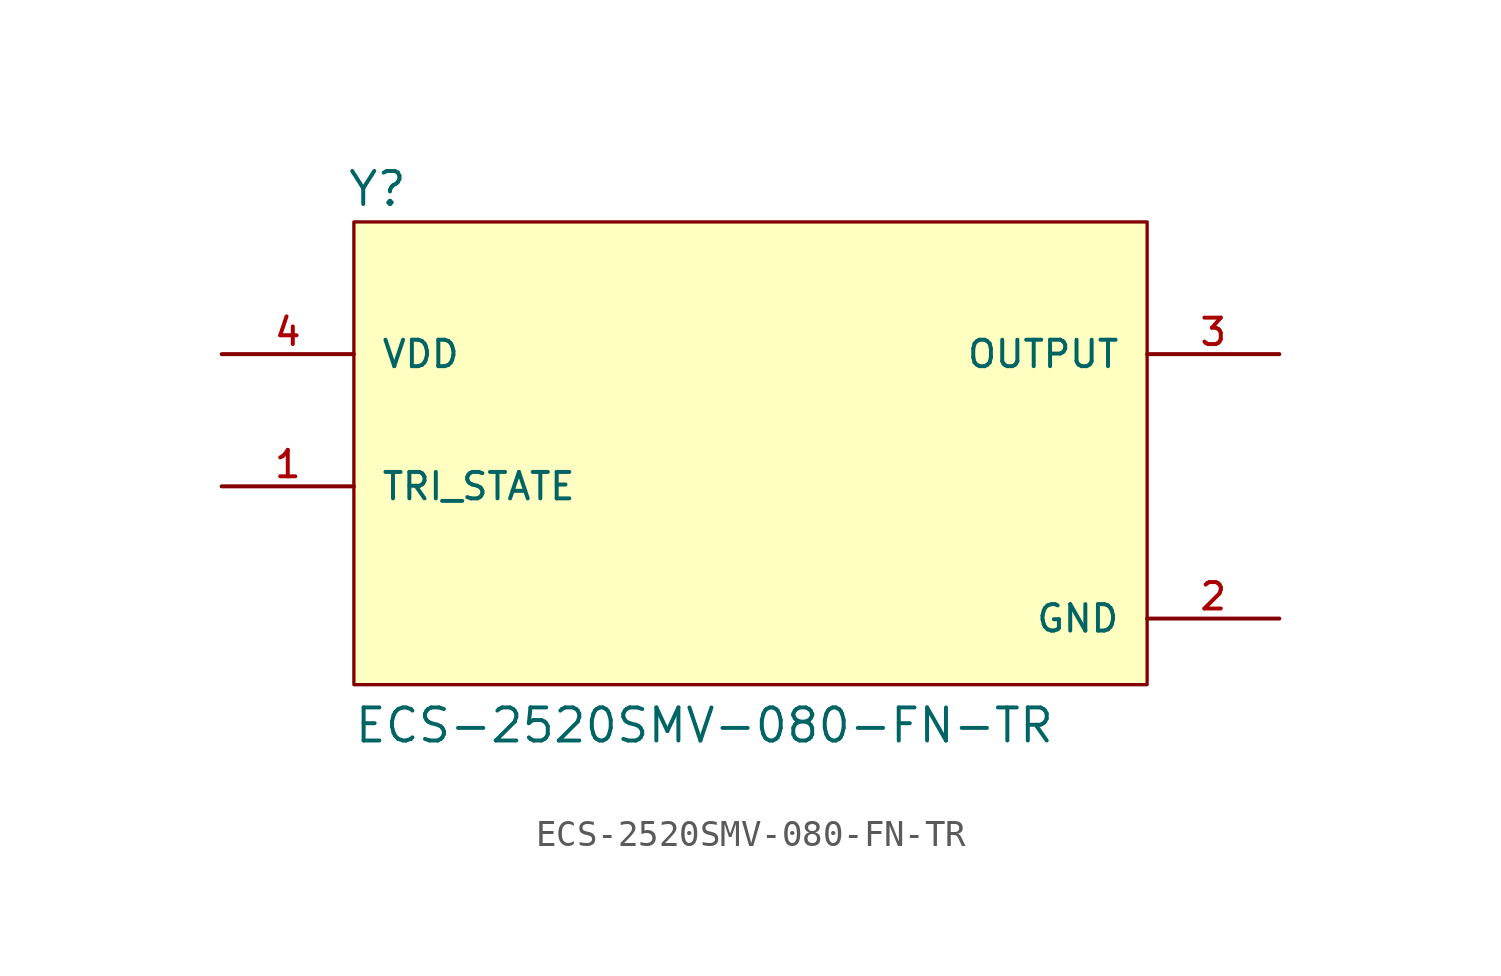
<source format=kicad_sym>
(kicad_symbol_lib
  (version 20211014)
  (generator kicad_symbol_editor)
  (symbol "ECS-2520SMV-080-FN-TR"
    (pin_names
      (offset 1.016))
    (property "Reference" "Y"
      (at -15.525 8.144 0)
      (effects (font (size 1.27 1.27)) (justify bottom left)))
    (property "Value" "ECS-2520SMV-080-FN-TR"
      (at -15.268 -12.469 0)
      (effects (font (size 1.27 1.27)) (justify bottom left)))
    (symbol "ECS-2520SMV-080-FN-TR_0_0"
      (rectangle (start -15.24 -10.16) (end 15.24 7.62) (stroke (width 0.127)) (fill (type background)))
      (pin input line (at -20.32 -2.54 0) (length 5.08) (name "TRI_STATE" (effects (font (size 1.016 1.016)))) (number "1" (effects (font (size 1.016 1.016)))))
      (pin output line (at 20.32 2.54 180.0) (length 5.08) (name "OUTPUT" (effects (font (size 1.016 1.016)))) (number "3" (effects (font (size 1.016 1.016)))))
      (pin input line (at -20.32 2.54 0) (length 5.08) (name "VDD" (effects (font (size 1.016 1.016)))) (number "4" (effects (font (size 1.016 1.016)))))
      (pin power_in line (at 20.32 -7.62 180.0) (length 5.08) (name "GND" (effects (font (size 1.016 1.016)))) (number "2" (effects (font (size 1.016 1.016))))))))
</source>
